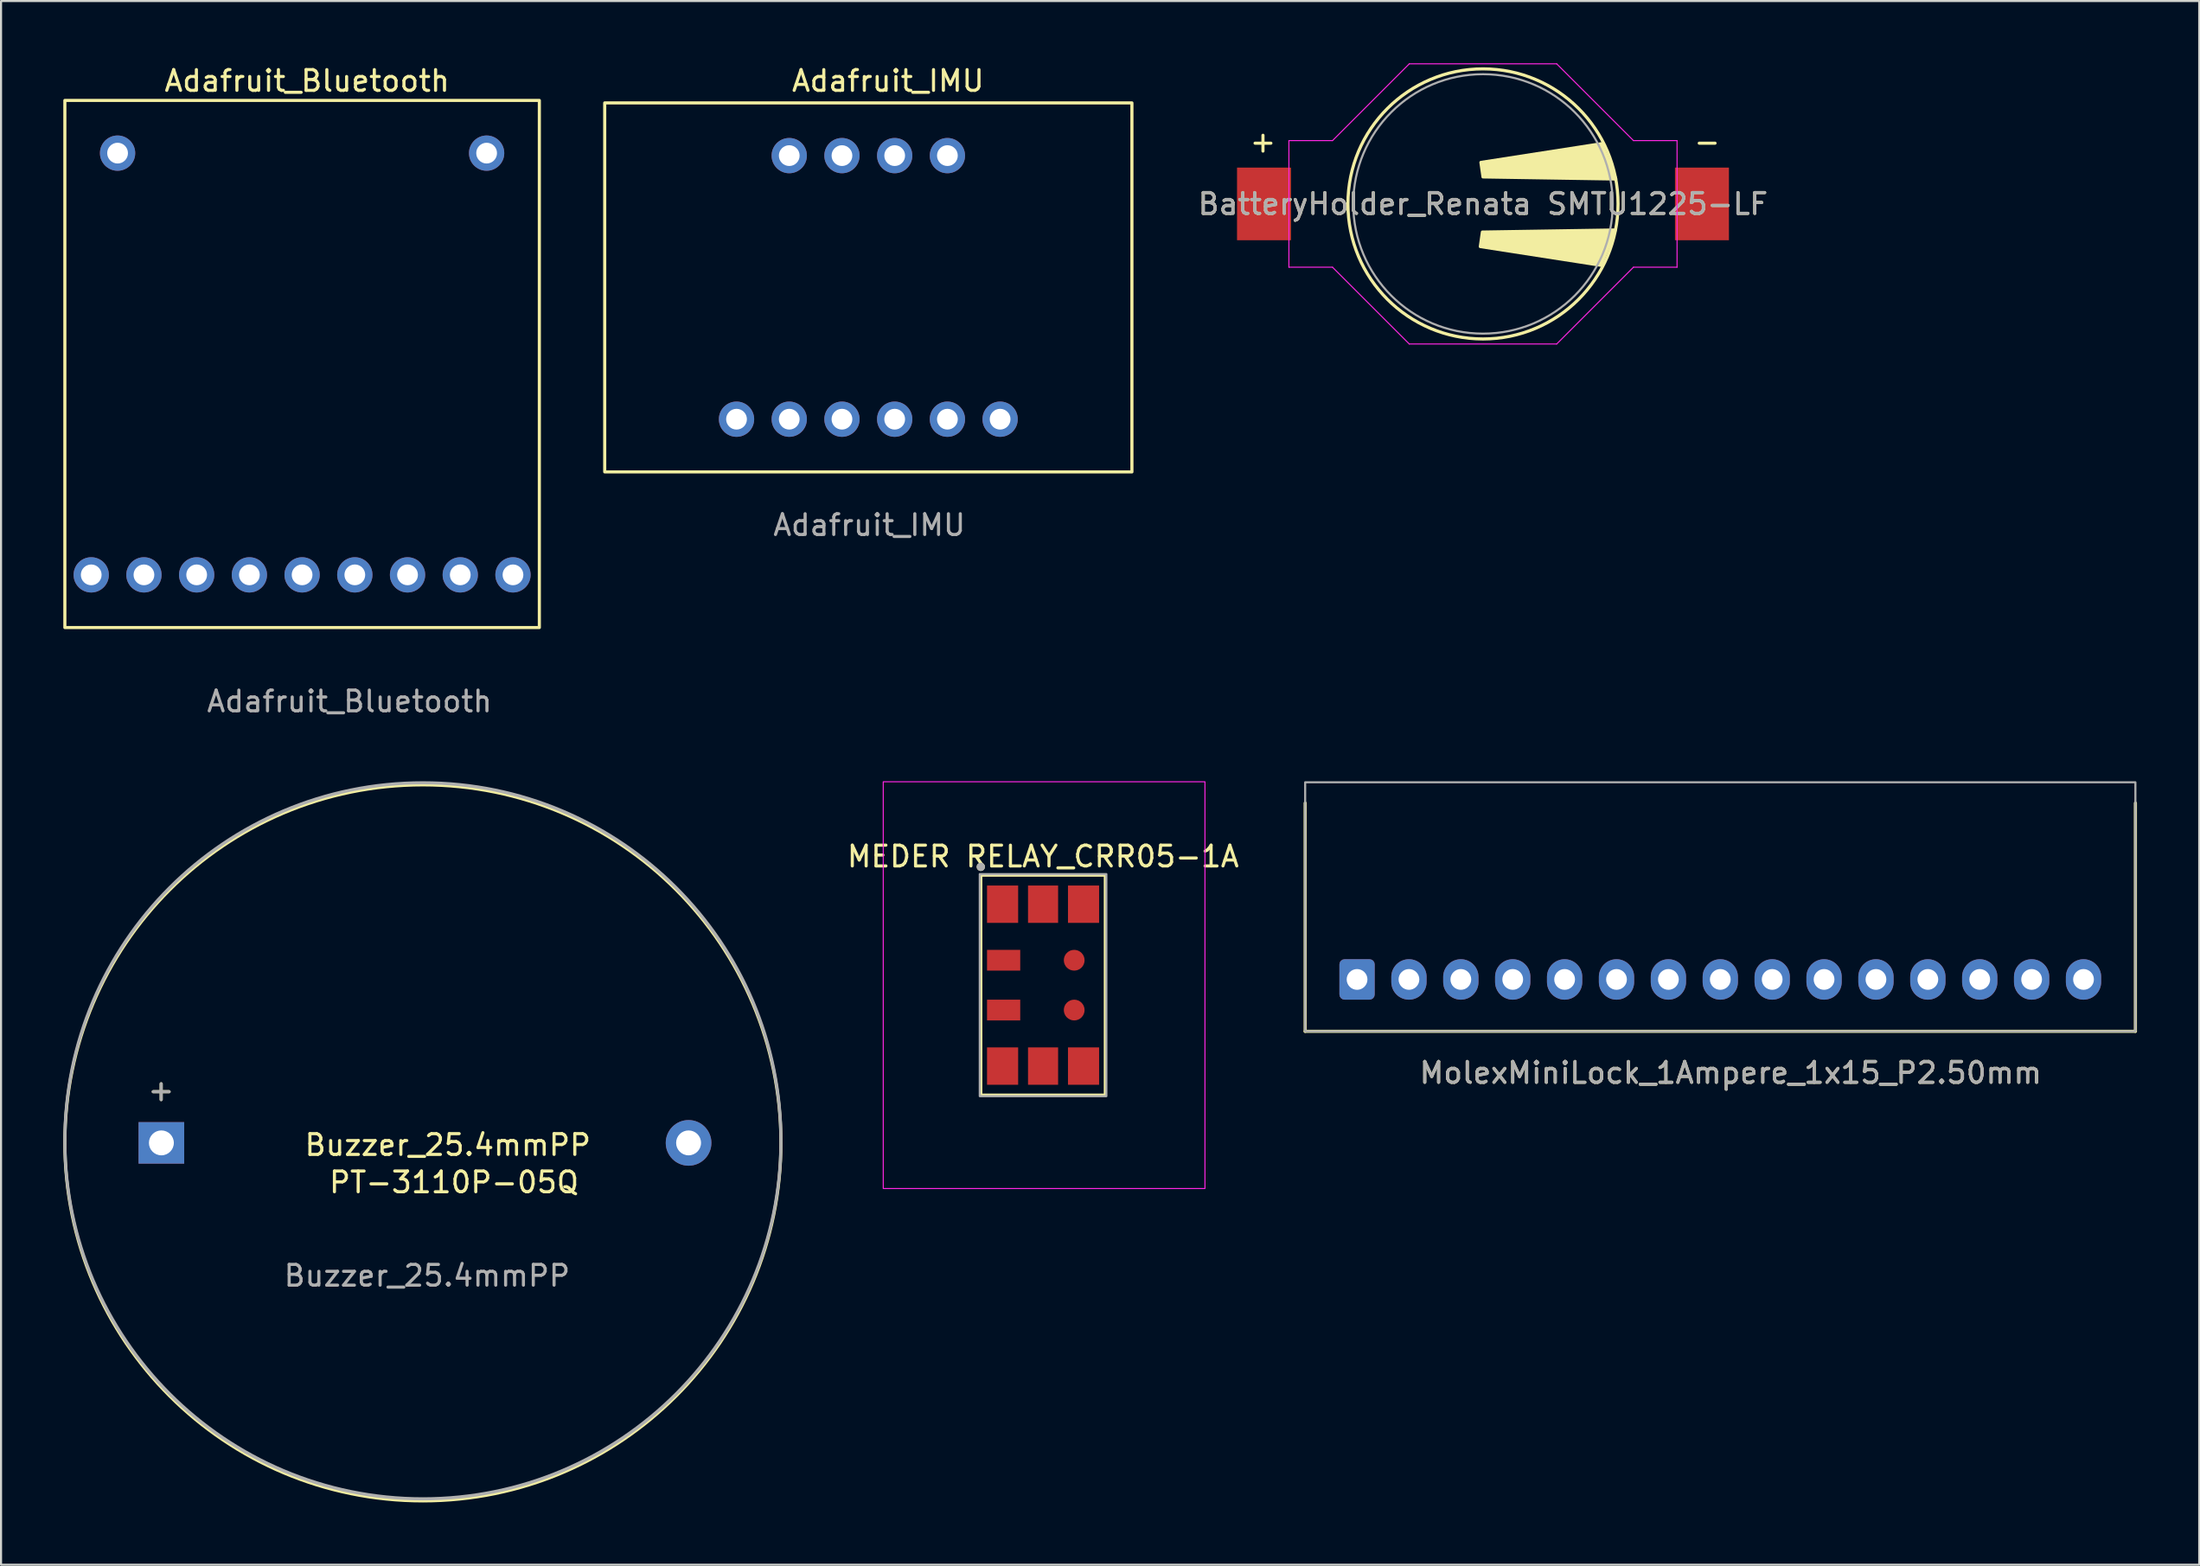
<source format=kicad_pcb>
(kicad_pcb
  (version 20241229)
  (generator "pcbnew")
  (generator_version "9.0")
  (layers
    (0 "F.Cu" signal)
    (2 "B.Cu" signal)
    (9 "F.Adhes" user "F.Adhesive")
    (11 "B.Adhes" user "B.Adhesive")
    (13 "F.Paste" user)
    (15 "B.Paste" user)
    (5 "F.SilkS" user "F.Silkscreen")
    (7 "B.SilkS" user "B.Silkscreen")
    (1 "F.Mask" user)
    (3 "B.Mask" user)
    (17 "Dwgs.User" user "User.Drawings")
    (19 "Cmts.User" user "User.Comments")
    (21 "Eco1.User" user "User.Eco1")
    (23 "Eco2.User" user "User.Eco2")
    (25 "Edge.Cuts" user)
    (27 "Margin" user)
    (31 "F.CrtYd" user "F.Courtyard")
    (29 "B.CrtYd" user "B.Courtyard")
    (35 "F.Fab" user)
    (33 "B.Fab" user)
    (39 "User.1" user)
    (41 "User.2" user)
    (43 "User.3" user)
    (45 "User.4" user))
  (footprint "Adafruit_IMU"
    (layer "F.Cu")
    (at 32.435 17.148)
    (property "Reference" "Adafruit_IMU" (at 7.3 -16.3 0) (unlocked yes) (layer "F.SilkS") (effects (font (size 1 1) (thickness 0.15))))
    (attr through_hole)
    (fp_rect (start -6.35 2.54) (end 19.05 -15.24) (stroke (width 0.15) (type solid)) (fill no) (layer "F.SilkS"))
    (fp_text user "${REFERENCE}" (at 6.4 5.1 0) (unlocked yes) (layer "F.Fab") (effects (font (size 1 1) (thickness 0.15))))
    (pad "1" thru_hole circle (at 0 0) (size 1.7 1.7) (drill 1) (layers "*.Cu" "*.Mask"))
    (pad "2" thru_hole circle (at 2.54 0) (size 1.7 1.7) (drill 1) (layers "*.Cu" "*.Mask"))
    (pad "3" thru_hole circle (at 5.08 0) (size 1.7 1.7) (drill 1) (layers "*.Cu" "*.Mask"))
    (pad "4" thru_hole circle (at 7.62 0) (size 1.7 1.7) (drill 1) (layers "*.Cu" "*.Mask"))
    (pad "5" thru_hole circle (at 10.16 0) (size 1.7 1.7) (drill 1) (layers "*.Cu" "*.Mask"))
    (pad "6" thru_hole circle (at 12.7 0) (size 1.7 1.7) (drill 1) (layers "*.Cu" "*.Mask"))
    (pad "7" thru_hole circle (at 2.54 -12.7) (size 1.7 1.7) (drill 1) (layers "*.Cu" "*.Mask"))
    (pad "8" thru_hole circle (at 5.08 -12.7) (size 1.7 1.7) (drill 1) (layers "*.Cu" "*.Mask"))
    (pad "9" thru_hole circle (at 7.62 -12.7) (size 1.7 1.7) (drill 1) (layers "*.Cu" "*.Mask"))
    (pad "10" thru_hole circle (at 10.16 -12.7) (size 1.7 1.7) (drill 1) (layers "*.Cu" "*.Mask")))
  (footprint "MolexMiniLock_1Ampere_1x15_P2.50mm"
    (layer "F.Cu")
    (at 62.332 44.142)
    (property "Reference" "MolexMiniLock_1Ampere_1x15_P2.50mm" (at 18 4.5 0) (layer "F.SilkS") (effects (font (size 1 1) (thickness 0.15))))
    (attr through_hole)
    (fp_line (start -2.5 -8.5) (end -2.5 2.5) (stroke (width 0.15) (type solid)) (layer "F.SilkS"))
    (fp_line (start -2.5 2.5) (end 37.5 2.5) (stroke (width 0.15) (type solid)) (layer "F.SilkS"))
    (fp_line (start 37.5 2.5) (end 37.5 -8.5) (stroke (width 0.15) (type solid)) (layer "F.SilkS"))
    (fp_rect (start -2.5 -9.5) (end 37.5 2.5) (stroke (width 0.1) (type solid)) (fill no) (layer "F.Fab"))
    (fp_text user "${REFERENCE}" (at 18 4.5 0) (layer "F.Fab") (effects (font (size 1 1) (thickness 0.15))))
    (pad "1" thru_hole roundrect (at 0 0) (size 1.7 1.95) (drill 1) (layers "*.Cu" "*.Mask") (roundrect_rratio 0.147))
    (pad "2" thru_hole oval (at 2.5 0) (size 1.7 1.95) (drill 1) (layers "*.Cu" "*.Mask"))
    (pad "3" thru_hole oval (at 5 0) (size 1.7 1.95) (drill 1) (layers "*.Cu" "*.Mask"))
    (pad "4" thru_hole oval (at 7.5 0) (size 1.7 1.95) (drill 1) (layers "*.Cu" "*.Mask"))
    (pad "5" thru_hole oval (at 10 0) (size 1.7 1.95) (drill 1) (layers "*.Cu" "*.Mask"))
    (pad "6" thru_hole oval (at 12.5 0) (size 1.7 1.95) (drill 1) (layers "*.Cu" "*.Mask"))
    (pad "7" thru_hole oval (at 15 0) (size 1.7 1.95) (drill 1) (layers "*.Cu" "*.Mask"))
    (pad "8" thru_hole oval (at 17.5 0) (size 1.7 1.95) (drill 1) (layers "*.Cu" "*.Mask"))
    (pad "9" thru_hole oval (at 20 0) (size 1.7 1.95) (drill 1) (layers "*.Cu" "*.Mask"))
    (pad "10" thru_hole oval (at 22.5 0) (size 1.7 1.95) (drill 1) (layers "*.Cu" "*.Mask"))
    (pad "11" thru_hole oval (at 25 0) (size 1.7 1.95) (drill 1) (layers "*.Cu" "*.Mask"))
    (pad "12" thru_hole oval (at 27.5 0) (size 1.7 1.95) (drill 1) (layers "*.Cu" "*.Mask"))
    (pad "13" thru_hole oval (at 30 0) (size 1.7 1.95) (drill 1) (layers "*.Cu" "*.Mask"))
    (pad "14" thru_hole oval (at 32.5 0) (size 1.7 1.95) (drill 1) (layers "*.Cu" "*.Mask"))
    (pad "15" thru_hole oval (at 35 0) (size 1.7 1.95) (drill 1) (layers "*.Cu" "*.Mask")))
  (footprint "Adafruit_Bluetooth"
    (layer "F.Cu")
    (at 1.345 24.648)
    (property "Reference" "Adafruit_Bluetooth" (at 10.4 -23.8 0) (unlocked yes) (layer "F.SilkS") (effects (font (size 1 1) (thickness 0.15))))
    (attr through_hole)
    (fp_rect (start -1.27 2.54) (end 21.59 -22.86) (stroke (width 0.15) (type solid)) (fill no) (layer "F.SilkS"))
    (fp_text user "${REFERENCE}" (at 12.446 6.096 0) (unlocked yes) (layer "F.Fab") (effects (font (size 1 1) (thickness 0.15))))
    (pad "1" thru_hole circle (at 0 0) (size 1.7 1.7) (drill 1) (layers "*.Cu" "*.Mask"))
    (pad "2" thru_hole circle (at 2.54 0) (size 1.7 1.7) (drill 1) (layers "*.Cu" "*.Mask"))
    (pad "3" thru_hole circle (at 5.08 0) (size 1.7 1.7) (drill 1) (layers "*.Cu" "*.Mask"))
    (pad "4" thru_hole circle (at 7.62 0) (size 1.7 1.7) (drill 1) (layers "*.Cu" "*.Mask"))
    (pad "5" thru_hole circle (at 10.16 0) (size 1.7 1.7) (drill 1) (layers "*.Cu" "*.Mask"))
    (pad "6" thru_hole circle (at 12.7 0) (size 1.7 1.7) (drill 1) (layers "*.Cu" "*.Mask"))
    (pad "7" thru_hole circle (at 15.24 0) (size 1.7 1.7) (drill 1) (layers "*.Cu" "*.Mask"))
    (pad "8" thru_hole circle (at 17.78 0) (size 1.7 1.7) (drill 1) (layers "*.Cu" "*.Mask"))
    (pad "9" thru_hole circle (at 20.32 0) (size 1.7 1.7) (drill 1) (layers "*.Cu" "*.Mask"))
    (pad "10" thru_hole circle (at 1.27 -20.32) (size 1.7 1.7) (drill 1) (layers "*.Cu" "*.Mask"))
    (pad "11" thru_hole circle (at 19.05 -20.32) (size 1.7 1.7) (drill 1) (layers "*.Cu" "*.Mask")))
  (footprint "BatteryHolder_Renata SMTU1225-LF"
    (layer "F.Cu")
    (at 68.399 6.775)
    (property "Reference" "BatteryHolder_Renata SMTU1225-LF" (at 0 0 0) (layer "F.SilkS") (effects (font (size 1 1) (thickness 0.15))))
    (attr smd)
    (fp_circle (center 0 0) (end -4.7 -4.5) (stroke (width 0.15) (type solid)) (fill no) (layer "F.SilkS"))
    (fp_poly (pts (xy 6.371 1.256) (xy -0.029 1.356) (xy -0.129 2.056) (xy 5.671 2.956)) (stroke (width 0.15) (type solid)) (fill yes) (layer "F.SilkS"))
    (fp_poly (pts (xy 6.4 -1.2) (xy 0 -1.3) (xy -0.1 -2) (xy 5.7 -2.9)) (stroke (width 0.15) (type solid)) (fill yes) (layer "F.SilkS"))
    (fp_line (start -9.35 -3.05) (end -7.25 -3.05) (stroke (width 0.05) (type solid)) (layer "F.CrtYd"))
    (fp_line (start -9.35 3.05) (end -9.35 -3.05) (stroke (width 0.05) (type solid)) (layer "F.CrtYd"))
    (fp_line (start -9.35 3.05) (end -7.25 3.05) (stroke (width 0.05) (type solid)) (layer "F.CrtYd"))
    (fp_line (start -7.25 -3.05) (end -3.55 -6.75) (stroke (width 0.05) (type solid)) (layer "F.CrtYd"))
    (fp_line (start -3.55 -6.75) (end 3.55 -6.75) (stroke (width 0.05) (type solid)) (layer "F.CrtYd"))
    (fp_line (start -3.55 6.75) (end -7.25 3.05) (stroke (width 0.05) (type solid)) (layer "F.CrtYd"))
    (fp_line (start -3.55 6.75) (end 3.55 6.75) (stroke (width 0.05) (type solid)) (layer "F.CrtYd"))
    (fp_line (start 3.55 -6.75) (end 7.25 -3.05) (stroke (width 0.05) (type solid)) (layer "F.CrtYd"))
    (fp_line (start 3.55 6.75) (end 7.25 3.05) (stroke (width 0.05) (type solid)) (layer "F.CrtYd"))
    (fp_line (start 7.25 -3.05) (end 9.35 -3.05) (stroke (width 0.05) (type solid)) (layer "F.CrtYd"))
    (fp_line (start 9.35 -3.05) (end 9.35 3.05) (stroke (width 0.05) (type solid)) (layer "F.CrtYd"))
    (fp_line (start 9.35 3.05) (end 7.25 3.05) (stroke (width 0.05) (type solid)) (layer "F.CrtYd"))
    (fp_circle (center 0 0) (end -6.25 0) (stroke (width 0.1) (type solid)) (fill no) (layer "F.Fab"))
    (fp_text user "-" (at 10.8 -3 0) (unlocked yes) (layer "F.SilkS") (effects (font (size 1 1) (thickness 0.15))))
    (fp_text user "+" (at -10.6 -3 0) (unlocked yes) (layer "F.SilkS") (effects (font (size 1 1) (thickness 0.15))))
    (fp_text user "${REFERENCE}" (at 0 0 0) (layer "F.Fab") (effects (font (size 1 1) (thickness 0.15))))
    (pad "1" smd rect (at -10.55 0) (size 2.6 3.5) (layers "F.Cu" "F.Mask" "F.Paste"))
    (pad "2" smd rect (at 10.55 0) (size 2.6 3.5) (layers "F.Cu" "F.Mask" "F.Paste")))
  (footprint "Buzzer_25.4mmPP"
    (layer "F.Cu")
    (at 4.725 52.017)
    (property "Reference" "Buzzer_25.4mmPP" (at 13.8 0.1 0) (layer "F.SilkS") (effects (font (size 1 1) (thickness 0.15))))
    (attr through_hole)
    (fp_circle (center 12.6 0) (end 29.85 0) (stroke (width 0.15) (type solid)) (fill no) (layer "F.SilkS"))
    (fp_circle (center 12.6 -0.1) (end 29.85 -0.1) (stroke (width 0.15) (type solid)) (fill no) (layer "F.Fab"))
    (fp_text user "+" (at -0.01 -2.54 0) (layer "F.SilkS") (effects (font (size 1 1) (thickness 0.15))))
    (fp_text user "PT-3110P-05Q" (at 14.1 1.9 0) (unlocked yes) (layer "F.SilkS") (effects (font (size 1 1) (thickness 0.15))))
    (fp_text user "+" (at -0.01 -2.54 0) (layer "F.Fab") (effects (font (size 1 1) (thickness 0.15))))
    (fp_text user "${REFERENCE}" (at 12.8 6.4 0) (layer "F.Fab") (effects (font (size 1 1) (thickness 0.15))))
    (pad "1" thru_hole rect (at 0 0) (size 2.2 2) (drill 1.2) (layers "*.Cu" "*.Mask"))
    (pad "2" thru_hole circle (at 25.4 0) (size 2.2 2.2) (drill 1.2) (layers "*.Cu" "*.Mask")))
  (footprint "MEDER RELAY_CRR05-1A"
    (layer "F.Cu")
    (at 47.204 44.417)
    (property "Reference" "MEDER RELAY_CRR05-1A" (at 0 -6.2 0) (layer "F.SilkS") (effects (font (size 1 1) (thickness 0.15))))
    (attr through_hole)
    (fp_line (start -3 -5.3) (end 3 -5.3) (stroke (width 0.15) (type solid)) (layer "F.SilkS"))
    (fp_line (start -3 5.3) (end -3 -5.3) (stroke (width 0.15) (type solid)) (layer "F.SilkS"))
    (fp_line (start 3 -5.3) (end 3 5.3) (stroke (width 0.15) (type solid)) (layer "F.SilkS"))
    (fp_line (start 3 5.3) (end -3 5.3) (stroke (width 0.15) (type solid)) (layer "F.SilkS"))
    (fp_circle (center -3 -5.7) (end -2.9 -5.7) (stroke (width 0.2) (type solid)) (fill no) (layer "F.SilkS"))
    (fp_rect (start -7.7 -9.8) (end 7.8 9.8) (stroke (width 0.05) (type solid)) (fill no) (layer "F.CrtYd"))
    (fp_rect (start -3.05 -5.35) (end 3.05 5.35) (stroke (width 0.1) (type solid)) (fill no) (layer "F.Fab"))
    (fp_circle (center -3 -5.7) (end -2.9 -5.7) (stroke (width 0.2) (type solid)) (fill no) (layer "F.Fab"))
    (pad "1" smd rect (at -1.95 -3.9) (size 1.5 1.8) (layers "F.Cu" "F.Mask" "F.Paste"))
    (pad "2" smd rect (at -1.9 -1.2) (size 1.6 1) (layers "F.Cu" "F.Mask" "F.Paste"))
    (pad "3" smd rect (at -1.9 1.2) (size 1.6 1) (layers "F.Cu" "F.Mask" "F.Paste"))
    (pad "4" smd rect (at -1.95 3.9) (size 1.5 1.8) (layers "F.Cu" "F.Mask" "F.Paste"))
    (pad "5" smd rect (at 0 3.9) (size 1.45 1.8) (layers "F.Cu" "F.Mask" "F.Paste"))
    (pad "6" smd rect (at 1.95 3.9) (size 1.5 1.8) (layers "F.Cu" "F.Mask" "F.Paste"))
    (pad "7" smd circle (at 1.5 1.2) (size 1 1) (layers "F.Cu" "F.Mask" "F.Paste"))
    (pad "8" smd circle (at 1.5 -1.2) (size 1 1) (layers "F.Cu" "F.Mask" "F.Paste"))
    (pad "9" smd rect (at 1.95 -3.9) (size 1.5 1.8) (layers "F.Cu" "F.Mask" "F.Paste"))
    (pad "10" smd rect (at 0 -3.9) (size 1.45 1.8) (layers "F.Cu" "F.Mask" "F.Paste")))
  (gr_rect
    (start -3 -3)
    (end 102.907 72.343)
    (stroke (width 0.1) (type default))
    (fill no)
    (layer "Edge.Cuts")))
</source>
